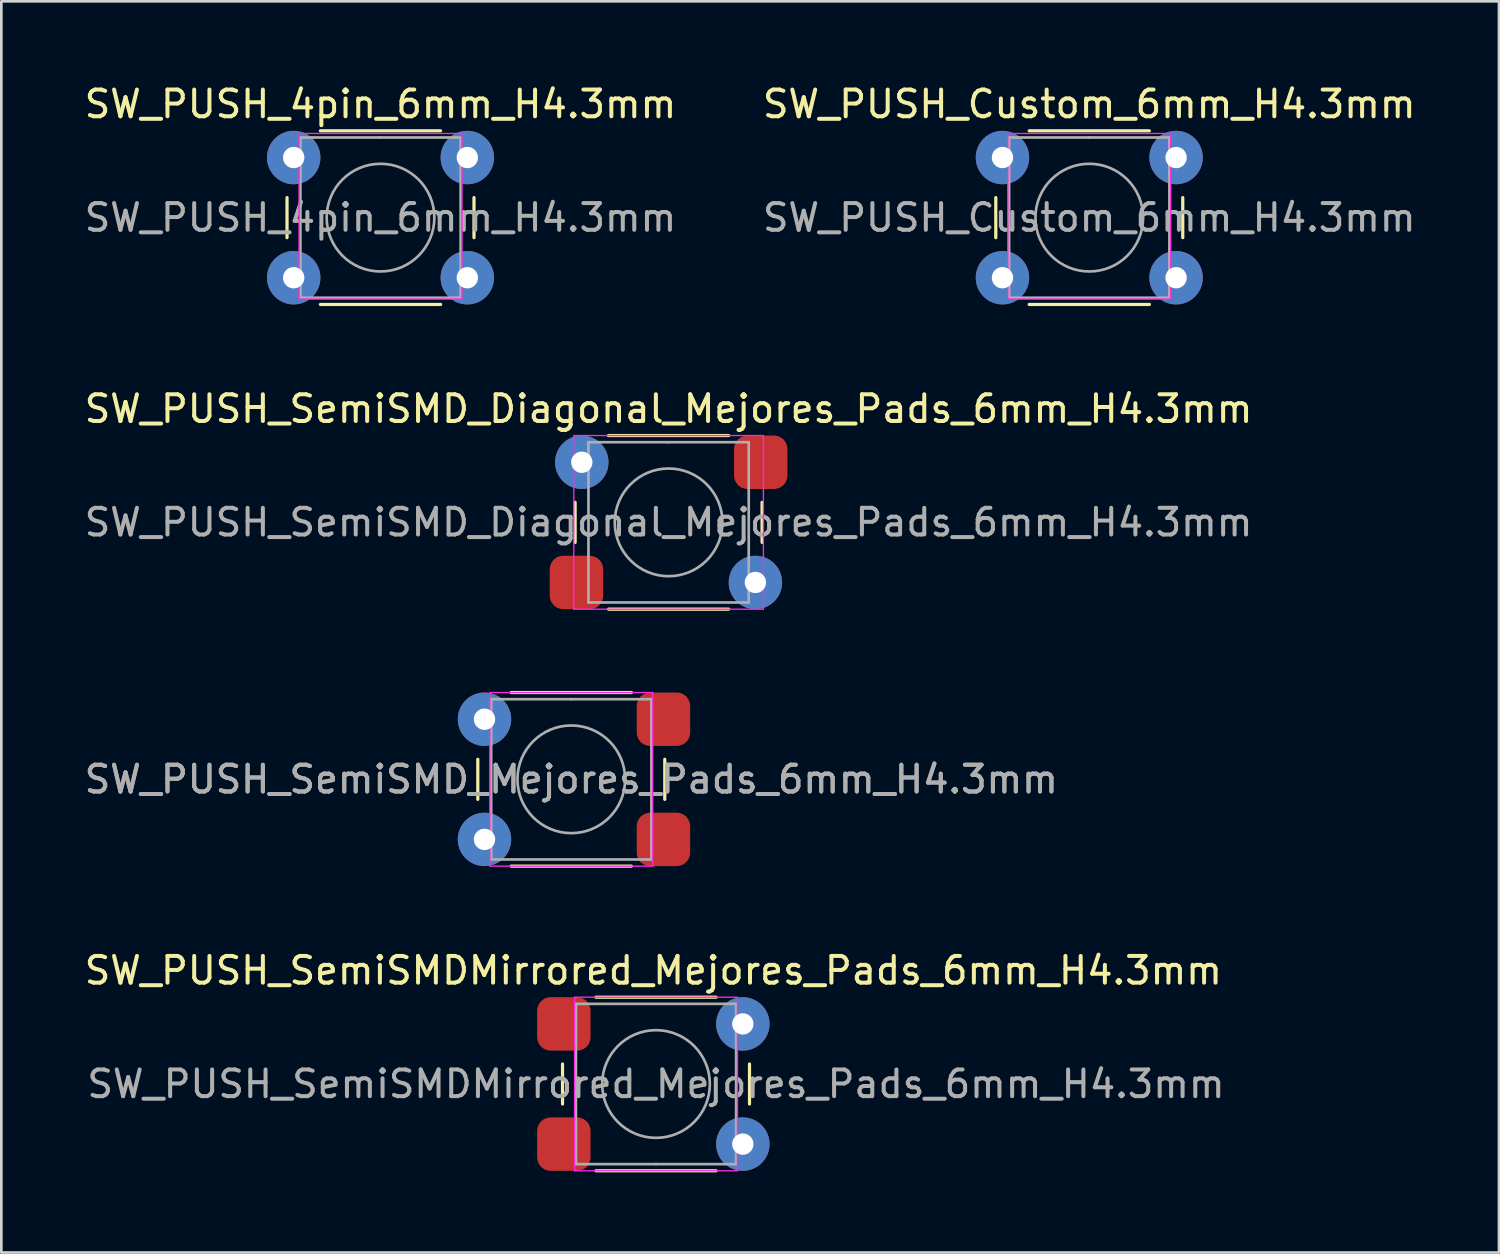
<source format=kicad_pcb>
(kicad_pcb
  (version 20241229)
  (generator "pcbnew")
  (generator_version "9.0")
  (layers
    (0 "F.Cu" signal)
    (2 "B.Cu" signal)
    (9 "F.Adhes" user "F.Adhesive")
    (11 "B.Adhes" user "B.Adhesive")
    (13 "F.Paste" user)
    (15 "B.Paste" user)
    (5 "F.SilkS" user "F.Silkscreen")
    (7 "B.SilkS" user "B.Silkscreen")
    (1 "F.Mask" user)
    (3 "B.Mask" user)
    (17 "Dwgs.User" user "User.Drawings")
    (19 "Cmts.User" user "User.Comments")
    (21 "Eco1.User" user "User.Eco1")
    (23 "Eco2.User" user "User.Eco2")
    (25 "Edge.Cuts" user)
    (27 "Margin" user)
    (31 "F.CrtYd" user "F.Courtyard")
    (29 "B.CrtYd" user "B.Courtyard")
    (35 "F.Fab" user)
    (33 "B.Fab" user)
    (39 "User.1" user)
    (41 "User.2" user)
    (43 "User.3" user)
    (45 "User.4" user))
  (footprint "SW_PUSH_Custom_6mm_H4.3mm"
    (layer "F.Cu")
    (at 34.482 2.848)
    (property "Reference" "SW_PUSH_Custom_6mm_H4.3mm" (at 3.25 -2 0) (layer "F.SilkS") (effects (font (size 1 1) (thickness 0.15))))
    (attr through_hole)
    (fp_line (start -0.25 1.5) (end -0.25 3) (stroke (width 0.12) (type solid)) (layer "F.SilkS"))
    (fp_line (start 1 5.5) (end 5.5 5.5) (stroke (width 0.12) (type solid)) (layer "F.SilkS"))
    (fp_line (start 5.5 -1) (end 1 -1) (stroke (width 0.12) (type solid)) (layer "F.SilkS"))
    (fp_line (start 6.75 3) (end 6.75 1.5) (stroke (width 0.12) (type solid)) (layer "F.SilkS"))
    (fp_line (start 0.2 -0.9) (end 6.3 -0.9) (stroke (width 0.05) (type solid)) (layer "F.CrtYd"))
    (fp_line (start 0.2 5.3) (end 0.2 -0.9) (stroke (width 0.05) (type solid)) (layer "F.CrtYd"))
    (fp_line (start 6.3 -0.9) (end 6.3 5.3) (stroke (width 0.05) (type solid)) (layer "F.CrtYd"))
    (fp_line (start 6.3 5.3) (end 0.2 5.3) (stroke (width 0.05) (type solid)) (layer "F.CrtYd"))
    (fp_line (start 0.25 -0.75) (end 3.25 -0.75) (stroke (width 0.1) (type solid)) (layer "F.Fab"))
    (fp_line (start 0.25 5.25) (end 0.25 -0.75) (stroke (width 0.1) (type solid)) (layer "F.Fab"))
    (fp_line (start 3.25 -0.75) (end 6.25 -0.75) (stroke (width 0.1) (type solid)) (layer "F.Fab"))
    (fp_line (start 6.25 -0.75) (end 6.25 5.25) (stroke (width 0.1) (type solid)) (layer "F.Fab"))
    (fp_line (start 6.25 5.25) (end 0.25 5.25) (stroke (width 0.1) (type solid)) (layer "F.Fab"))
    (fp_circle (center 3.25 2.25) (end 1.25 2.5) (stroke (width 0.1) (type solid)) (fill no) (layer "F.Fab"))
    (fp_text user "${REFERENCE}" (at 3.25 2.25 0) (layer "F.Fab") (effects (font (size 1 1) (thickness 0.15))))
    (pad "1" thru_hole circle (at 0 0 90) (size 2 2) (drill 0.8) (layers "*.Cu" "*.Mask"))
    (pad "1" thru_hole circle (at 6.5 0 90) (size 2 2) (drill 0.8) (layers "*.Cu" "*.Mask"))
    (pad "2" thru_hole circle (at 0 4.5 90) (size 2 2) (drill 0.8) (layers "*.Cu" "*.Mask"))
    (pad "2" thru_hole circle (at 6.5 4.5 90) (size 2 2) (drill 0.8) (layers "*.Cu" "*.Mask")))
  (footprint "SW_PUSH_SemiSMDMirrored_Mejores_Pads_6mm_H4.3mm"
    (layer "F.Cu")
    (at 18.161 35.285)
    (property "Reference" "SW_PUSH_SemiSMDMirrored_Mejores_Pads_6mm_H4.3mm" (at 3.25 -2 0) (layer "F.SilkS") (effects (font (size 1 1) (thickness 0.15))))
    (attr through_hole)
    (fp_line (start -0.15 1.5) (end -0.15 3) (stroke (width 0.12) (type solid)) (layer "F.SilkS"))
    (fp_line (start 1.1 5.5) (end 5.6 5.5) (stroke (width 0.12) (type solid)) (layer "F.SilkS"))
    (fp_line (start 5.6 -1) (end 1.1 -1) (stroke (width 0.12) (type solid)) (layer "F.SilkS"))
    (fp_line (start 6.85 3) (end 6.85 1.5) (stroke (width 0.12) (type solid)) (layer "F.SilkS"))
    (fp_line (start 0.3 -1) (end 6.4 -1) (stroke (width 0.05) (type solid)) (layer "F.CrtYd"))
    (fp_line (start 0.3 5.5) (end 0.3 -1) (stroke (width 0.05) (type solid)) (layer "F.CrtYd"))
    (fp_line (start 6.4 -1) (end 6.4 5.5) (stroke (width 0.05) (type solid)) (layer "F.CrtYd"))
    (fp_line (start 6.4 5.5) (end 0.3 5.5) (stroke (width 0.05) (type solid)) (layer "F.CrtYd"))
    (fp_line (start 0.35 -0.75) (end 6.35 -0.75) (stroke (width 0.1) (type solid)) (layer "F.Fab"))
    (fp_line (start 0.35 5.25) (end 0.35 -0.75) (stroke (width 0.1) (type solid)) (layer "F.Fab"))
    (fp_line (start 3.35 5.25) (end 0.35 5.25) (stroke (width 0.1) (type solid)) (layer "F.Fab"))
    (fp_line (start 6.35 -0.75) (end 6.35 5.25) (stroke (width 0.1) (type solid)) (layer "F.Fab"))
    (fp_line (start 6.35 5.25) (end 3.35 5.25) (stroke (width 0.1) (type solid)) (layer "F.Fab"))
    (fp_circle (center 3.35 2.25) (end 5.35 2) (stroke (width 0.1) (type solid)) (fill no) (layer "F.Fab"))
    (fp_text user "${REFERENCE}" (at 3.35 2.25 180) (layer "F.Fab") (effects (font (size 1 1) (thickness 0.15))))
    (pad "1" smd roundrect (at -0.1 0 270) (size 2 2) (layers "F.Cu" "F.Mask" "F.Paste") (roundrect_rratio 0.25))
    (pad "1" thru_hole circle (at 6.6 0 270) (size 2 2) (drill 0.8) (layers "*.Cu" "*.Mask"))
    (pad "2" smd roundrect (at -0.1 4.5 270) (size 2 2) (layers "F.Cu" "F.Mask" "F.Paste") (roundrect_rratio 0.25))
    (pad "2" thru_hole circle (at 6.6 4.5 270) (size 2 2) (drill 0.8) (layers "*.Cu" "*.Mask")))
  (footprint "SW_PUSH_SemiSMD_Mejores_Pads_6mm_H4.3mm"
    (layer "F.Cu")
    (at 15.089 23.877)
    (property "Reference" "SW_PUSH_SemiSMD_Mejores_Pads_6mm_H4.3mm" (at 3.25 2.25 0) (layer "F.Fab") (effects (font (size 1 1) (thickness 0.15))))
    (property "Value" "(${VALUE})" (at 3.5 -2.3 0) (layer "F.SilkS") (hide yes) (effects (font (size 1 1) (thickness 0.15))))
    (attr through_hole)
    (fp_line (start -0.25 1.5) (end -0.25 3) (stroke (width 0.12) (type solid)) (layer "F.SilkS"))
    (fp_line (start 1 5.5) (end 5.5 5.5) (stroke (width 0.12) (type solid)) (layer "F.SilkS"))
    (fp_line (start 5.5 -1) (end 1 -1) (stroke (width 0.12) (type solid)) (layer "F.SilkS"))
    (fp_line (start 6.75 3) (end 6.75 1.5) (stroke (width 0.12) (type solid)) (layer "F.SilkS"))
    (fp_line (start 0.2 -1) (end 6.3 -1) (stroke (width 0.05) (type solid)) (layer "F.CrtYd"))
    (fp_line (start 0.2 5.5) (end 0.2 -1) (stroke (width 0.05) (type solid)) (layer "F.CrtYd"))
    (fp_line (start 6.3 -1) (end 6.3 5.5) (stroke (width 0.05) (type solid)) (layer "F.CrtYd"))
    (fp_line (start 6.3 5.5) (end 0.2 5.5) (stroke (width 0.05) (type solid)) (layer "F.CrtYd"))
    (fp_line (start 0.25 -0.75) (end 3.25 -0.75) (stroke (width 0.1) (type solid)) (layer "F.Fab"))
    (fp_line (start 0.25 5.25) (end 0.25 -0.75) (stroke (width 0.1) (type solid)) (layer "F.Fab"))
    (fp_line (start 3.25 -0.75) (end 6.25 -0.75) (stroke (width 0.1) (type solid)) (layer "F.Fab"))
    (fp_line (start 6.25 -0.75) (end 6.25 5.25) (stroke (width 0.1) (type solid)) (layer "F.Fab"))
    (fp_line (start 6.25 5.25) (end 0.25 5.25) (stroke (width 0.1) (type solid)) (layer "F.Fab"))
    (fp_circle (center 3.25 2.25) (end 1.25 2.5) (stroke (width 0.1) (type solid)) (fill no) (layer "F.Fab"))
    (fp_text user "${REFERENCE}" (at 3.25 2.25 0) (layer "F.Fab") (effects (font (size 1 1) (thickness 0.15))))
    (pad "1" thru_hole circle (at 0 0 90) (size 2 2) (drill 0.8) (layers "*.Cu" "*.Mask"))
    (pad "1" smd roundrect (at 6.7 0 90) (size 2 2) (layers "F.Cu" "F.Mask" "F.Paste") (roundrect_rratio 0.25))
    (pad "2" thru_hole circle (at 0 4.5 90) (size 2 2) (drill 0.8) (layers "*.Cu" "*.Mask"))
    (pad "2" smd roundrect (at 6.7 4.5 90) (size 2 2) (layers "F.Cu" "F.Mask" "F.Paste") (roundrect_rratio 0.25)))
  (footprint "SW_PUSH_4pin_6mm_H4.3mm"
    (layer "F.Cu")
    (at 7.946 2.848)
    (property "Reference" "SW_PUSH_4pin_6mm_H4.3mm" (at 3.25 -2 0) (layer "F.SilkS") (effects (font (size 1 1) (thickness 0.15))))
    (attr through_hole)
    (fp_line (start -0.25 1.5) (end -0.25 3) (stroke (width 0.12) (type solid)) (layer "F.SilkS"))
    (fp_line (start 1 5.5) (end 5.5 5.5) (stroke (width 0.12) (type solid)) (layer "F.SilkS"))
    (fp_line (start 5.5 -1) (end 1 -1) (stroke (width 0.12) (type solid)) (layer "F.SilkS"))
    (fp_line (start 6.75 3) (end 6.75 1.5) (stroke (width 0.12) (type solid)) (layer "F.SilkS"))
    (fp_line (start 0.2 -0.9) (end 6.3 -0.9) (stroke (width 0.05) (type solid)) (layer "F.CrtYd"))
    (fp_line (start 0.2 5.3) (end 0.2 -0.9) (stroke (width 0.05) (type solid)) (layer "F.CrtYd"))
    (fp_line (start 6.3 -0.9) (end 6.3 5.3) (stroke (width 0.05) (type solid)) (layer "F.CrtYd"))
    (fp_line (start 6.3 5.3) (end 0.2 5.3) (stroke (width 0.05) (type solid)) (layer "F.CrtYd"))
    (fp_line (start 0.25 -0.75) (end 3.25 -0.75) (stroke (width 0.1) (type solid)) (layer "F.Fab"))
    (fp_line (start 0.25 5.25) (end 0.25 -0.75) (stroke (width 0.1) (type solid)) (layer "F.Fab"))
    (fp_line (start 3.25 -0.75) (end 6.25 -0.75) (stroke (width 0.1) (type solid)) (layer "F.Fab"))
    (fp_line (start 6.25 -0.75) (end 6.25 5.25) (stroke (width 0.1) (type solid)) (layer "F.Fab"))
    (fp_line (start 6.25 5.25) (end 0.25 5.25) (stroke (width 0.1) (type solid)) (layer "F.Fab"))
    (fp_circle (center 3.25 2.25) (end 1.25 2.5) (stroke (width 0.1) (type solid)) (fill no) (layer "F.Fab"))
    (fp_text user "${REFERENCE}" (at 3.25 2.25 0) (layer "F.Fab") (effects (font (size 1 1) (thickness 0.15))))
    (pad "1" thru_hole circle (at 0 0 90) (size 2 2) (drill 0.8) (layers "*.Cu" "*.Mask"))
    (pad "2" thru_hole circle (at 0 4.5 90) (size 2 2) (drill 0.8) (layers "*.Cu" "*.Mask"))
    (pad "3" thru_hole circle (at 6.5 0 90) (size 2 2) (drill 0.8) (layers "*.Cu" "*.Mask"))
    (pad "4" thru_hole circle (at 6.5 4.5 90) (size 2 2) (drill 0.8) (layers "*.Cu" "*.Mask")))
  (footprint "SW_PUSH_SemiSMD_Diagonal_Mejores_Pads_6mm_H4.3mm"
    (layer "F.Cu")
    (at 18.732 14.257)
    (property "Reference" "SW_PUSH_SemiSMD_Diagonal_Mejores_Pads_6mm_H4.3mm" (at 3.25 -2 0) (layer "F.SilkS") (effects (font (size 1 1) (thickness 0.15))))
    (attr through_hole)
    (fp_line (start -0.25 1.5) (end -0.25 3) (stroke (width 0.12) (type solid)) (layer "F.SilkS"))
    (fp_line (start 1 5.5) (end 5.5 5.5) (stroke (width 0.12) (type solid)) (layer "F.SilkS"))
    (fp_line (start 5.5 -1) (end 1 -1) (stroke (width 0.12) (type solid)) (layer "F.SilkS"))
    (fp_line (start 6.75 3) (end 6.75 1.5) (stroke (width 0.12) (type solid)) (layer "F.SilkS"))
    (fp_line (start -0.3 -1) (end 6.8 -1) (stroke (width 0.05) (type solid)) (layer "F.CrtYd"))
    (fp_line (start -0.3 5.5) (end -0.3 -1) (stroke (width 0.05) (type solid)) (layer "F.CrtYd"))
    (fp_line (start 6.8 -1) (end 6.8 5.5) (stroke (width 0.05) (type solid)) (layer "F.CrtYd"))
    (fp_line (start 6.8 5.5) (end -0.3 5.5) (stroke (width 0.05) (type solid)) (layer "F.CrtYd"))
    (fp_line (start 0.25 -0.75) (end 3.25 -0.75) (stroke (width 0.1) (type solid)) (layer "F.Fab"))
    (fp_line (start 0.25 5.25) (end 0.25 -0.75) (stroke (width 0.1) (type solid)) (layer "F.Fab"))
    (fp_line (start 3.25 -0.75) (end 6.25 -0.75) (stroke (width 0.1) (type solid)) (layer "F.Fab"))
    (fp_line (start 6.25 -0.75) (end 6.25 5.25) (stroke (width 0.1) (type solid)) (layer "F.Fab"))
    (fp_line (start 6.25 5.25) (end 0.25 5.25) (stroke (width 0.1) (type solid)) (layer "F.Fab"))
    (fp_circle (center 3.25 2.25) (end 1.25 2.5) (stroke (width 0.1) (type solid)) (fill no) (layer "F.Fab"))
    (fp_text user "${REFERENCE}" (at 3.25 2.25 0) (layer "F.Fab") (effects (font (size 1 1) (thickness 0.15))))
    (pad "1" thru_hole circle (at 0 0 90) (size 2 2) (drill 0.8) (layers "*.Cu" "*.Mask"))
    (pad "1" smd roundrect (at 6.7 0 90) (size 2 2) (layers "F.Cu" "F.Mask" "F.Paste") (roundrect_rratio 0.25))
    (pad "2" smd roundrect (at -0.2 4.5 90) (size 2 2) (layers "F.Cu" "F.Mask" "F.Paste") (roundrect_rratio 0.25))
    (pad "2" thru_hole circle (at 6.5 4.5 90) (size 2 2) (drill 0.8) (layers "*.Cu" "*.Mask")))
  (gr_rect
    (start -3 -3)
    (end 53.071 43.845)
    (stroke (width 0.1) (type default))
    (fill no)
    (layer "Edge.Cuts")))
</source>
